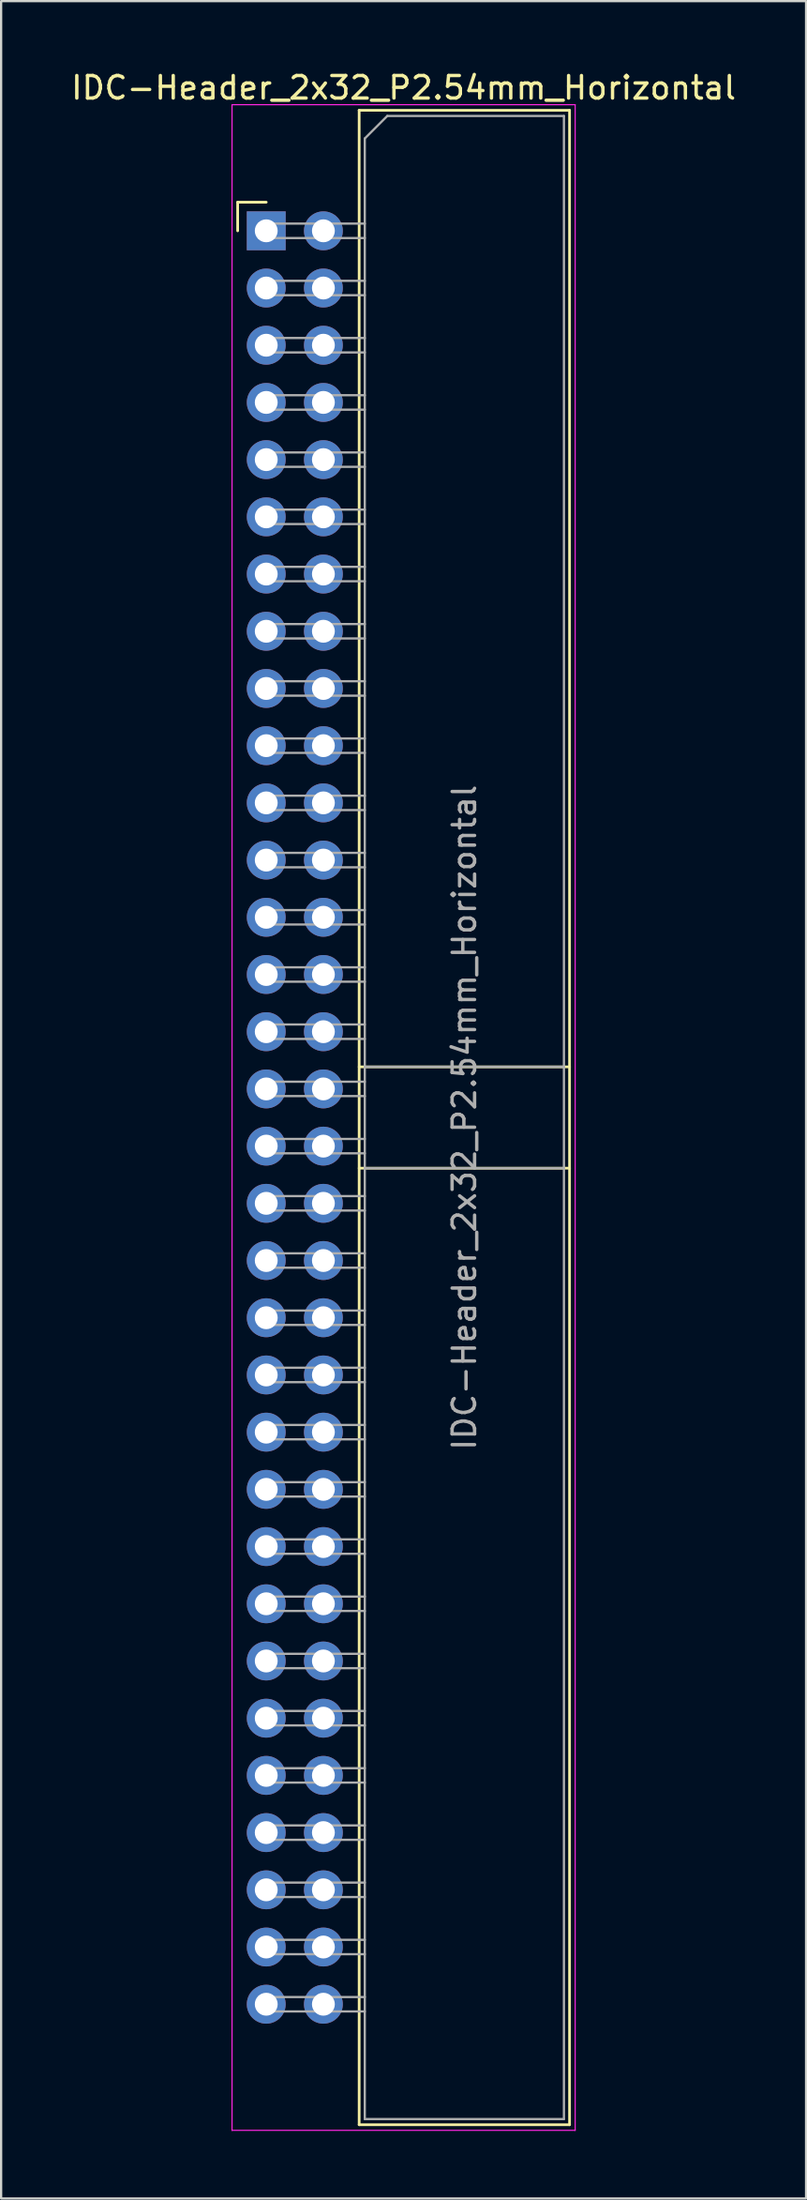
<source format=kicad_pcb>
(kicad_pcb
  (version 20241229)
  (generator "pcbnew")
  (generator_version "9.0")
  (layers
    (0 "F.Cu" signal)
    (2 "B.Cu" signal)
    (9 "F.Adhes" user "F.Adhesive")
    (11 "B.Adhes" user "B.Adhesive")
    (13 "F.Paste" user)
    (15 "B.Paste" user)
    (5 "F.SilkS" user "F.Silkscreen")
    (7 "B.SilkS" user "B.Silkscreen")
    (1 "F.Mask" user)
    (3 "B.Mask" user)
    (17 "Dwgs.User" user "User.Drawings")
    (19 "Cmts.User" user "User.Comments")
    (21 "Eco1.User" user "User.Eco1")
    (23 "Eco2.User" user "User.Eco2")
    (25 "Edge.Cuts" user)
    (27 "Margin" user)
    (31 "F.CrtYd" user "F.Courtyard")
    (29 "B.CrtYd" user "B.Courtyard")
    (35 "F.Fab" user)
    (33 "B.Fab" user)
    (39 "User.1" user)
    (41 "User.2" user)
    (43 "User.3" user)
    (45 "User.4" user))
  (footprint "IDC-Header_2x32_P2.54mm_Horizontal"
    (layer "F.Cu")
    (at 8.782 7.198)
    (property "Reference" "IDC-Header_2x32_P2.54mm_Horizontal" (at 6.105 -6.35 0) (layer "F.SilkS") (effects (font (size 1 1) (thickness 0.15))))
    (attr through_hole)
    (fp_line (start -1.27 -1.27) (end -1.27 0) (stroke (width 0.12) (type solid)) (layer "F.SilkS"))
    (fp_line (start 0 -1.27) (end -1.27 -1.27) (stroke (width 0.12) (type solid)) (layer "F.SilkS"))
    (fp_line (start 4.13 -5.35) (end 13.48 -5.35) (stroke (width 0.12) (type solid)) (layer "F.SilkS"))
    (fp_line (start 4.13 37.12) (end 13.48 37.12) (stroke (width 0.12) (type solid)) (layer "F.SilkS"))
    (fp_line (start 4.13 41.62) (end 13.48 41.62) (stroke (width 0.12) (type solid)) (layer "F.SilkS"))
    (fp_line (start 4.13 84.09) (end 4.13 -5.35) (stroke (width 0.12) (type solid)) (layer "F.SilkS"))
    (fp_line (start 4.13 84.09) (end 13.48 84.09) (stroke (width 0.12) (type solid)) (layer "F.SilkS"))
    (fp_line (start 13.48 -5.35) (end 13.48 84.09) (stroke (width 0.12) (type solid)) (layer "F.SilkS"))
    (fp_line (start -1.52 -5.6) (end 13.73 -5.6) (stroke (width 0.05) (type solid)) (layer "F.CrtYd"))
    (fp_line (start -1.52 84.34) (end -1.52 -5.6) (stroke (width 0.05) (type solid)) (layer "F.CrtYd"))
    (fp_line (start 13.73 -5.6) (end 13.73 84.34) (stroke (width 0.05) (type solid)) (layer "F.CrtYd"))
    (fp_line (start 13.73 84.34) (end -1.52 84.34) (stroke (width 0.05) (type solid)) (layer "F.CrtYd"))
    (fp_line (start -0.32 -0.32) (end -0.32 0.32) (stroke (width 0.1) (type solid)) (layer "F.Fab"))
    (fp_line (start -0.32 0.32) (end 4.38 0.32) (stroke (width 0.1) (type solid)) (layer "F.Fab"))
    (fp_line (start -0.32 2.22) (end -0.32 2.86) (stroke (width 0.1) (type solid)) (layer "F.Fab"))
    (fp_line (start -0.32 2.86) (end 4.38 2.86) (stroke (width 0.1) (type solid)) (layer "F.Fab"))
    (fp_line (start -0.32 4.76) (end -0.32 5.4) (stroke (width 0.1) (type solid)) (layer "F.Fab"))
    (fp_line (start -0.32 5.4) (end 4.38 5.4) (stroke (width 0.1) (type solid)) (layer "F.Fab"))
    (fp_line (start -0.32 7.3) (end -0.32 7.94) (stroke (width 0.1) (type solid)) (layer "F.Fab"))
    (fp_line (start -0.32 7.94) (end 4.38 7.94) (stroke (width 0.1) (type solid)) (layer "F.Fab"))
    (fp_line (start -0.32 9.84) (end -0.32 10.48) (stroke (width 0.1) (type solid)) (layer "F.Fab"))
    (fp_line (start -0.32 10.48) (end 4.38 10.48) (stroke (width 0.1) (type solid)) (layer "F.Fab"))
    (fp_line (start -0.32 12.38) (end -0.32 13.02) (stroke (width 0.1) (type solid)) (layer "F.Fab"))
    (fp_line (start -0.32 13.02) (end 4.38 13.02) (stroke (width 0.1) (type solid)) (layer "F.Fab"))
    (fp_line (start -0.32 14.92) (end -0.32 15.56) (stroke (width 0.1) (type solid)) (layer "F.Fab"))
    (fp_line (start -0.32 15.56) (end 4.38 15.56) (stroke (width 0.1) (type solid)) (layer "F.Fab"))
    (fp_line (start -0.32 17.46) (end -0.32 18.1) (stroke (width 0.1) (type solid)) (layer "F.Fab"))
    (fp_line (start -0.32 18.1) (end 4.38 18.1) (stroke (width 0.1) (type solid)) (layer "F.Fab"))
    (fp_line (start -0.32 20) (end -0.32 20.64) (stroke (width 0.1) (type solid)) (layer "F.Fab"))
    (fp_line (start -0.32 20.64) (end 4.38 20.64) (stroke (width 0.1) (type solid)) (layer "F.Fab"))
    (fp_line (start -0.32 22.54) (end -0.32 23.18) (stroke (width 0.1) (type solid)) (layer "F.Fab"))
    (fp_line (start -0.32 23.18) (end 4.38 23.18) (stroke (width 0.1) (type solid)) (layer "F.Fab"))
    (fp_line (start -0.32 25.08) (end -0.32 25.72) (stroke (width 0.1) (type solid)) (layer "F.Fab"))
    (fp_line (start -0.32 25.72) (end 4.38 25.72) (stroke (width 0.1) (type solid)) (layer "F.Fab"))
    (fp_line (start -0.32 27.62) (end -0.32 28.26) (stroke (width 0.1) (type solid)) (layer "F.Fab"))
    (fp_line (start -0.32 28.26) (end 4.38 28.26) (stroke (width 0.1) (type solid)) (layer "F.Fab"))
    (fp_line (start -0.32 30.16) (end -0.32 30.8) (stroke (width 0.1) (type solid)) (layer "F.Fab"))
    (fp_line (start -0.32 30.8) (end 4.38 30.8) (stroke (width 0.1) (type solid)) (layer "F.Fab"))
    (fp_line (start -0.32 32.7) (end -0.32 33.34) (stroke (width 0.1) (type solid)) (layer "F.Fab"))
    (fp_line (start -0.32 33.34) (end 4.38 33.34) (stroke (width 0.1) (type solid)) (layer "F.Fab"))
    (fp_line (start -0.32 35.24) (end -0.32 35.88) (stroke (width 0.1) (type solid)) (layer "F.Fab"))
    (fp_line (start -0.32 35.88) (end 4.38 35.88) (stroke (width 0.1) (type solid)) (layer "F.Fab"))
    (fp_line (start -0.32 37.78) (end -0.32 38.42) (stroke (width 0.1) (type solid)) (layer "F.Fab"))
    (fp_line (start -0.32 38.42) (end 4.38 38.42) (stroke (width 0.1) (type solid)) (layer "F.Fab"))
    (fp_line (start -0.32 40.32) (end -0.32 40.96) (stroke (width 0.1) (type solid)) (layer "F.Fab"))
    (fp_line (start -0.32 40.96) (end 4.38 40.96) (stroke (width 0.1) (type solid)) (layer "F.Fab"))
    (fp_line (start -0.32 42.86) (end -0.32 43.5) (stroke (width 0.1) (type solid)) (layer "F.Fab"))
    (fp_line (start -0.32 43.5) (end 4.38 43.5) (stroke (width 0.1) (type solid)) (layer "F.Fab"))
    (fp_line (start -0.32 45.4) (end -0.32 46.04) (stroke (width 0.1) (type solid)) (layer "F.Fab"))
    (fp_line (start -0.32 46.04) (end 4.38 46.04) (stroke (width 0.1) (type solid)) (layer "F.Fab"))
    (fp_line (start -0.32 47.94) (end -0.32 48.58) (stroke (width 0.1) (type solid)) (layer "F.Fab"))
    (fp_line (start -0.32 48.58) (end 4.38 48.58) (stroke (width 0.1) (type solid)) (layer "F.Fab"))
    (fp_line (start -0.32 50.48) (end -0.32 51.12) (stroke (width 0.1) (type solid)) (layer "F.Fab"))
    (fp_line (start -0.32 51.12) (end 4.38 51.12) (stroke (width 0.1) (type solid)) (layer "F.Fab"))
    (fp_line (start -0.32 53.02) (end -0.32 53.66) (stroke (width 0.1) (type solid)) (layer "F.Fab"))
    (fp_line (start -0.32 53.66) (end 4.38 53.66) (stroke (width 0.1) (type solid)) (layer "F.Fab"))
    (fp_line (start -0.32 55.56) (end -0.32 56.2) (stroke (width 0.1) (type solid)) (layer "F.Fab"))
    (fp_line (start -0.32 56.2) (end 4.38 56.2) (stroke (width 0.1) (type solid)) (layer "F.Fab"))
    (fp_line (start -0.32 58.1) (end -0.32 58.74) (stroke (width 0.1) (type solid)) (layer "F.Fab"))
    (fp_line (start -0.32 58.74) (end 4.38 58.74) (stroke (width 0.1) (type solid)) (layer "F.Fab"))
    (fp_line (start -0.32 60.64) (end -0.32 61.28) (stroke (width 0.1) (type solid)) (layer "F.Fab"))
    (fp_line (start -0.32 61.28) (end 4.38 61.28) (stroke (width 0.1) (type solid)) (layer "F.Fab"))
    (fp_line (start -0.32 63.18) (end -0.32 63.82) (stroke (width 0.1) (type solid)) (layer "F.Fab"))
    (fp_line (start -0.32 63.82) (end 4.38 63.82) (stroke (width 0.1) (type solid)) (layer "F.Fab"))
    (fp_line (start -0.32 65.72) (end -0.32 66.36) (stroke (width 0.1) (type solid)) (layer "F.Fab"))
    (fp_line (start -0.32 66.36) (end 4.38 66.36) (stroke (width 0.1) (type solid)) (layer "F.Fab"))
    (fp_line (start -0.32 68.26) (end -0.32 68.9) (stroke (width 0.1) (type solid)) (layer "F.Fab"))
    (fp_line (start -0.32 68.9) (end 4.38 68.9) (stroke (width 0.1) (type solid)) (layer "F.Fab"))
    (fp_line (start -0.32 70.8) (end -0.32 71.44) (stroke (width 0.1) (type solid)) (layer "F.Fab"))
    (fp_line (start -0.32 71.44) (end 4.38 71.44) (stroke (width 0.1) (type solid)) (layer "F.Fab"))
    (fp_line (start -0.32 73.34) (end -0.32 73.98) (stroke (width 0.1) (type solid)) (layer "F.Fab"))
    (fp_line (start -0.32 73.98) (end 4.38 73.98) (stroke (width 0.1) (type solid)) (layer "F.Fab"))
    (fp_line (start -0.32 75.88) (end -0.32 76.52) (stroke (width 0.1) (type solid)) (layer "F.Fab"))
    (fp_line (start -0.32 76.52) (end 4.38 76.52) (stroke (width 0.1) (type solid)) (layer "F.Fab"))
    (fp_line (start -0.32 78.42) (end -0.32 79.06) (stroke (width 0.1) (type solid)) (layer "F.Fab"))
    (fp_line (start -0.32 79.06) (end 4.38 79.06) (stroke (width 0.1) (type solid)) (layer "F.Fab"))
    (fp_line (start 4.38 -4.1) (end 5.38 -5.1) (stroke (width 0.1) (type solid)) (layer "F.Fab"))
    (fp_line (start 4.38 -0.32) (end -0.32 -0.32) (stroke (width 0.1) (type solid)) (layer "F.Fab"))
    (fp_line (start 4.38 2.22) (end -0.32 2.22) (stroke (width 0.1) (type solid)) (layer "F.Fab"))
    (fp_line (start 4.38 4.76) (end -0.32 4.76) (stroke (width 0.1) (type solid)) (layer "F.Fab"))
    (fp_line (start 4.38 7.3) (end -0.32 7.3) (stroke (width 0.1) (type solid)) (layer "F.Fab"))
    (fp_line (start 4.38 9.84) (end -0.32 9.84) (stroke (width 0.1) (type solid)) (layer "F.Fab"))
    (fp_line (start 4.38 12.38) (end -0.32 12.38) (stroke (width 0.1) (type solid)) (layer "F.Fab"))
    (fp_line (start 4.38 14.92) (end -0.32 14.92) (stroke (width 0.1) (type solid)) (layer "F.Fab"))
    (fp_line (start 4.38 17.46) (end -0.32 17.46) (stroke (width 0.1) (type solid)) (layer "F.Fab"))
    (fp_line (start 4.38 20) (end -0.32 20) (stroke (width 0.1) (type solid)) (layer "F.Fab"))
    (fp_line (start 4.38 22.54) (end -0.32 22.54) (stroke (width 0.1) (type solid)) (layer "F.Fab"))
    (fp_line (start 4.38 25.08) (end -0.32 25.08) (stroke (width 0.1) (type solid)) (layer "F.Fab"))
    (fp_line (start 4.38 27.62) (end -0.32 27.62) (stroke (width 0.1) (type solid)) (layer "F.Fab"))
    (fp_line (start 4.38 30.16) (end -0.32 30.16) (stroke (width 0.1) (type solid)) (layer "F.Fab"))
    (fp_line (start 4.38 32.7) (end -0.32 32.7) (stroke (width 0.1) (type solid)) (layer "F.Fab"))
    (fp_line (start 4.38 35.24) (end -0.32 35.24) (stroke (width 0.1) (type solid)) (layer "F.Fab"))
    (fp_line (start 4.38 37.12) (end 13.23 37.12) (stroke (width 0.1) (type solid)) (layer "F.Fab"))
    (fp_line (start 4.38 37.78) (end -0.32 37.78) (stroke (width 0.1) (type solid)) (layer "F.Fab"))
    (fp_line (start 4.38 40.32) (end -0.32 40.32) (stroke (width 0.1) (type solid)) (layer "F.Fab"))
    (fp_line (start 4.38 41.62) (end 13.23 41.62) (stroke (width 0.1) (type solid)) (layer "F.Fab"))
    (fp_line (start 4.38 42.86) (end -0.32 42.86) (stroke (width 0.1) (type solid)) (layer "F.Fab"))
    (fp_line (start 4.38 45.4) (end -0.32 45.4) (stroke (width 0.1) (type solid)) (layer "F.Fab"))
    (fp_line (start 4.38 47.94) (end -0.32 47.94) (stroke (width 0.1) (type solid)) (layer "F.Fab"))
    (fp_line (start 4.38 50.48) (end -0.32 50.48) (stroke (width 0.1) (type solid)) (layer "F.Fab"))
    (fp_line (start 4.38 53.02) (end -0.32 53.02) (stroke (width 0.1) (type solid)) (layer "F.Fab"))
    (fp_line (start 4.38 55.56) (end -0.32 55.56) (stroke (width 0.1) (type solid)) (layer "F.Fab"))
    (fp_line (start 4.38 58.1) (end -0.32 58.1) (stroke (width 0.1) (type solid)) (layer "F.Fab"))
    (fp_line (start 4.38 60.64) (end -0.32 60.64) (stroke (width 0.1) (type solid)) (layer "F.Fab"))
    (fp_line (start 4.38 63.18) (end -0.32 63.18) (stroke (width 0.1) (type solid)) (layer "F.Fab"))
    (fp_line (start 4.38 65.72) (end -0.32 65.72) (stroke (width 0.1) (type solid)) (layer "F.Fab"))
    (fp_line (start 4.38 68.26) (end -0.32 68.26) (stroke (width 0.1) (type solid)) (layer "F.Fab"))
    (fp_line (start 4.38 70.8) (end -0.32 70.8) (stroke (width 0.1) (type solid)) (layer "F.Fab"))
    (fp_line (start 4.38 73.34) (end -0.32 73.34) (stroke (width 0.1) (type solid)) (layer "F.Fab"))
    (fp_line (start 4.38 75.88) (end -0.32 75.88) (stroke (width 0.1) (type solid)) (layer "F.Fab"))
    (fp_line (start 4.38 78.42) (end -0.32 78.42) (stroke (width 0.1) (type solid)) (layer "F.Fab"))
    (fp_line (start 4.38 83.84) (end 4.38 -4.1) (stroke (width 0.1) (type solid)) (layer "F.Fab"))
    (fp_line (start 4.38 83.84) (end 13.23 83.84) (stroke (width 0.1) (type solid)) (layer "F.Fab"))
    (fp_line (start 5.38 -5.1) (end 13.23 -5.1) (stroke (width 0.1) (type solid)) (layer "F.Fab"))
    (fp_line (start 13.23 83.84) (end 13.23 -5.1) (stroke (width 0.1) (type solid)) (layer "F.Fab"))
    (fp_text user "${REFERENCE}" (at 8.805 39.37 90) (layer "F.Fab") (effects (font (size 1 1) (thickness 0.15))))
    (pad "1" thru_hole rect (at 0 0) (size 1.727 1.727) (drill 1.016) (layers "*.Cu" "*.Mask"))
    (pad "2" thru_hole oval (at 2.54 0) (size 1.727 1.727) (drill 1.016) (layers "*.Cu" "*.Mask"))
    (pad "3" thru_hole oval (at 0 2.54) (size 1.727 1.727) (drill 1.016) (layers "*.Cu" "*.Mask"))
    (pad "4" thru_hole oval (at 2.54 2.54) (size 1.727 1.727) (drill 1.016) (layers "*.Cu" "*.Mask"))
    (pad "5" thru_hole oval (at 0 5.08) (size 1.727 1.727) (drill 1.016) (layers "*.Cu" "*.Mask"))
    (pad "6" thru_hole oval (at 2.54 5.08) (size 1.727 1.727) (drill 1.016) (layers "*.Cu" "*.Mask"))
    (pad "7" thru_hole oval (at 0 7.62) (size 1.727 1.727) (drill 1.016) (layers "*.Cu" "*.Mask"))
    (pad "8" thru_hole oval (at 2.54 7.62) (size 1.727 1.727) (drill 1.016) (layers "*.Cu" "*.Mask"))
    (pad "9" thru_hole oval (at 0 10.16) (size 1.727 1.727) (drill 1.016) (layers "*.Cu" "*.Mask"))
    (pad "10" thru_hole oval (at 2.54 10.16) (size 1.727 1.727) (drill 1.016) (layers "*.Cu" "*.Mask"))
    (pad "11" thru_hole oval (at 0 12.7) (size 1.727 1.727) (drill 1.016) (layers "*.Cu" "*.Mask"))
    (pad "12" thru_hole oval (at 2.54 12.7) (size 1.727 1.727) (drill 1.016) (layers "*.Cu" "*.Mask"))
    (pad "13" thru_hole oval (at 0 15.24) (size 1.727 1.727) (drill 1.016) (layers "*.Cu" "*.Mask"))
    (pad "14" thru_hole oval (at 2.54 15.24) (size 1.727 1.727) (drill 1.016) (layers "*.Cu" "*.Mask"))
    (pad "15" thru_hole oval (at 0 17.78) (size 1.727 1.727) (drill 1.016) (layers "*.Cu" "*.Mask"))
    (pad "16" thru_hole oval (at 2.54 17.78) (size 1.727 1.727) (drill 1.016) (layers "*.Cu" "*.Mask"))
    (pad "17" thru_hole oval (at 0 20.32) (size 1.727 1.727) (drill 1.016) (layers "*.Cu" "*.Mask"))
    (pad "18" thru_hole oval (at 2.54 20.32) (size 1.727 1.727) (drill 1.016) (layers "*.Cu" "*.Mask"))
    (pad "19" thru_hole oval (at 0 22.86) (size 1.727 1.727) (drill 1.016) (layers "*.Cu" "*.Mask"))
    (pad "20" thru_hole oval (at 2.54 22.86) (size 1.727 1.727) (drill 1.016) (layers "*.Cu" "*.Mask"))
    (pad "21" thru_hole oval (at 0 25.4) (size 1.727 1.727) (drill 1.016) (layers "*.Cu" "*.Mask"))
    (pad "22" thru_hole oval (at 2.54 25.4) (size 1.727 1.727) (drill 1.016) (layers "*.Cu" "*.Mask"))
    (pad "23" thru_hole oval (at 0 27.94) (size 1.727 1.727) (drill 1.016) (layers "*.Cu" "*.Mask"))
    (pad "24" thru_hole oval (at 2.54 27.94) (size 1.727 1.727) (drill 1.016) (layers "*.Cu" "*.Mask"))
    (pad "25" thru_hole oval (at 0 30.48) (size 1.727 1.727) (drill 1.016) (layers "*.Cu" "*.Mask"))
    (pad "26" thru_hole oval (at 2.54 30.48) (size 1.727 1.727) (drill 1.016) (layers "*.Cu" "*.Mask"))
    (pad "27" thru_hole oval (at 0 33.02) (size 1.727 1.727) (drill 1.016) (layers "*.Cu" "*.Mask"))
    (pad "28" thru_hole oval (at 2.54 33.02) (size 1.727 1.727) (drill 1.016) (layers "*.Cu" "*.Mask"))
    (pad "29" thru_hole oval (at 0 35.56) (size 1.727 1.727) (drill 1.016) (layers "*.Cu" "*.Mask"))
    (pad "30" thru_hole oval (at 2.54 35.56) (size 1.727 1.727) (drill 1.016) (layers "*.Cu" "*.Mask"))
    (pad "31" thru_hole oval (at 0 38.1) (size 1.727 1.727) (drill 1.016) (layers "*.Cu" "*.Mask"))
    (pad "32" thru_hole oval (at 2.54 38.1) (size 1.727 1.727) (drill 1.016) (layers "*.Cu" "*.Mask"))
    (pad "33" thru_hole oval (at 0 40.64) (size 1.727 1.727) (drill 1.016) (layers "*.Cu" "*.Mask"))
    (pad "34" thru_hole oval (at 2.54 40.64) (size 1.727 1.727) (drill 1.016) (layers "*.Cu" "*.Mask"))
    (pad "35" thru_hole oval (at 0 43.18) (size 1.727 1.727) (drill 1.016) (layers "*.Cu" "*.Mask"))
    (pad "36" thru_hole oval (at 2.54 43.18) (size 1.727 1.727) (drill 1.016) (layers "*.Cu" "*.Mask"))
    (pad "37" thru_hole oval (at 0 45.72) (size 1.727 1.727) (drill 1.016) (layers "*.Cu" "*.Mask"))
    (pad "38" thru_hole oval (at 2.54 45.72) (size 1.727 1.727) (drill 1.016) (layers "*.Cu" "*.Mask"))
    (pad "39" thru_hole oval (at 0 48.26) (size 1.727 1.727) (drill 1.016) (layers "*.Cu" "*.Mask"))
    (pad "40" thru_hole oval (at 2.54 48.26) (size 1.727 1.727) (drill 1.016) (layers "*.Cu" "*.Mask"))
    (pad "41" thru_hole oval (at 0 50.8) (size 1.727 1.727) (drill 1.016) (layers "*.Cu" "*.Mask"))
    (pad "42" thru_hole oval (at 2.54 50.8) (size 1.727 1.727) (drill 1.016) (layers "*.Cu" "*.Mask"))
    (pad "43" thru_hole oval (at 0 53.34) (size 1.727 1.727) (drill 1.016) (layers "*.Cu" "*.Mask"))
    (pad "44" thru_hole oval (at 2.54 53.34) (size 1.727 1.727) (drill 1.016) (layers "*.Cu" "*.Mask"))
    (pad "45" thru_hole oval (at 0 55.88) (size 1.727 1.727) (drill 1.016) (layers "*.Cu" "*.Mask"))
    (pad "46" thru_hole oval (at 2.54 55.88) (size 1.727 1.727) (drill 1.016) (layers "*.Cu" "*.Mask"))
    (pad "47" thru_hole oval (at 0 58.42) (size 1.727 1.727) (drill 1.016) (layers "*.Cu" "*.Mask"))
    (pad "48" thru_hole oval (at 2.54 58.42) (size 1.727 1.727) (drill 1.016) (layers "*.Cu" "*.Mask"))
    (pad "49" thru_hole oval (at 0 60.96) (size 1.727 1.727) (drill 1.016) (layers "*.Cu" "*.Mask"))
    (pad "50" thru_hole oval (at 2.54 60.96) (size 1.727 1.727) (drill 1.016) (layers "*.Cu" "*.Mask"))
    (pad "51" thru_hole oval (at 0 63.5) (size 1.727 1.727) (drill 1.016) (layers "*.Cu" "*.Mask"))
    (pad "52" thru_hole oval (at 2.54 63.5) (size 1.727 1.727) (drill 1.016) (layers "*.Cu" "*.Mask"))
    (pad "53" thru_hole oval (at 0 66.04) (size 1.727 1.727) (drill 1.016) (layers "*.Cu" "*.Mask"))
    (pad "54" thru_hole oval (at 2.54 66.04) (size 1.727 1.727) (drill 1.016) (layers "*.Cu" "*.Mask"))
    (pad "55" thru_hole oval (at 0 68.58) (size 1.727 1.727) (drill 1.016) (layers "*.Cu" "*.Mask"))
    (pad "56" thru_hole oval (at 2.54 68.58) (size 1.727 1.727) (drill 1.016) (layers "*.Cu" "*.Mask"))
    (pad "57" thru_hole oval (at 0 71.12) (size 1.727 1.727) (drill 1.016) (layers "*.Cu" "*.Mask"))
    (pad "58" thru_hole oval (at 2.54 71.12) (size 1.727 1.727) (drill 1.016) (layers "*.Cu" "*.Mask"))
    (pad "59" thru_hole oval (at 0 73.66) (size 1.727 1.727) (drill 1.016) (layers "*.Cu" "*.Mask"))
    (pad "60" thru_hole oval (at 2.54 73.66) (size 1.727 1.727) (drill 1.016) (layers "*.Cu" "*.Mask"))
    (pad "61" thru_hole oval (at 0 76.2) (size 1.727 1.727) (drill 1.016) (layers "*.Cu" "*.Mask"))
    (pad "62" thru_hole oval (at 2.54 76.2) (size 1.727 1.727) (drill 1.016) (layers "*.Cu" "*.Mask"))
    (pad "63" thru_hole oval (at 0 78.74) (size 1.727 1.727) (drill 1.016) (layers "*.Cu" "*.Mask"))
    (pad "64" thru_hole oval (at 2.54 78.74) (size 1.727 1.727) (drill 1.016) (layers "*.Cu" "*.Mask")))
  (gr_rect
    (start -3 -3)
    (end 32.774 94.563)
    (stroke (width 0.1) (type default))
    (fill no)
    (layer "Edge.Cuts")))
</source>
